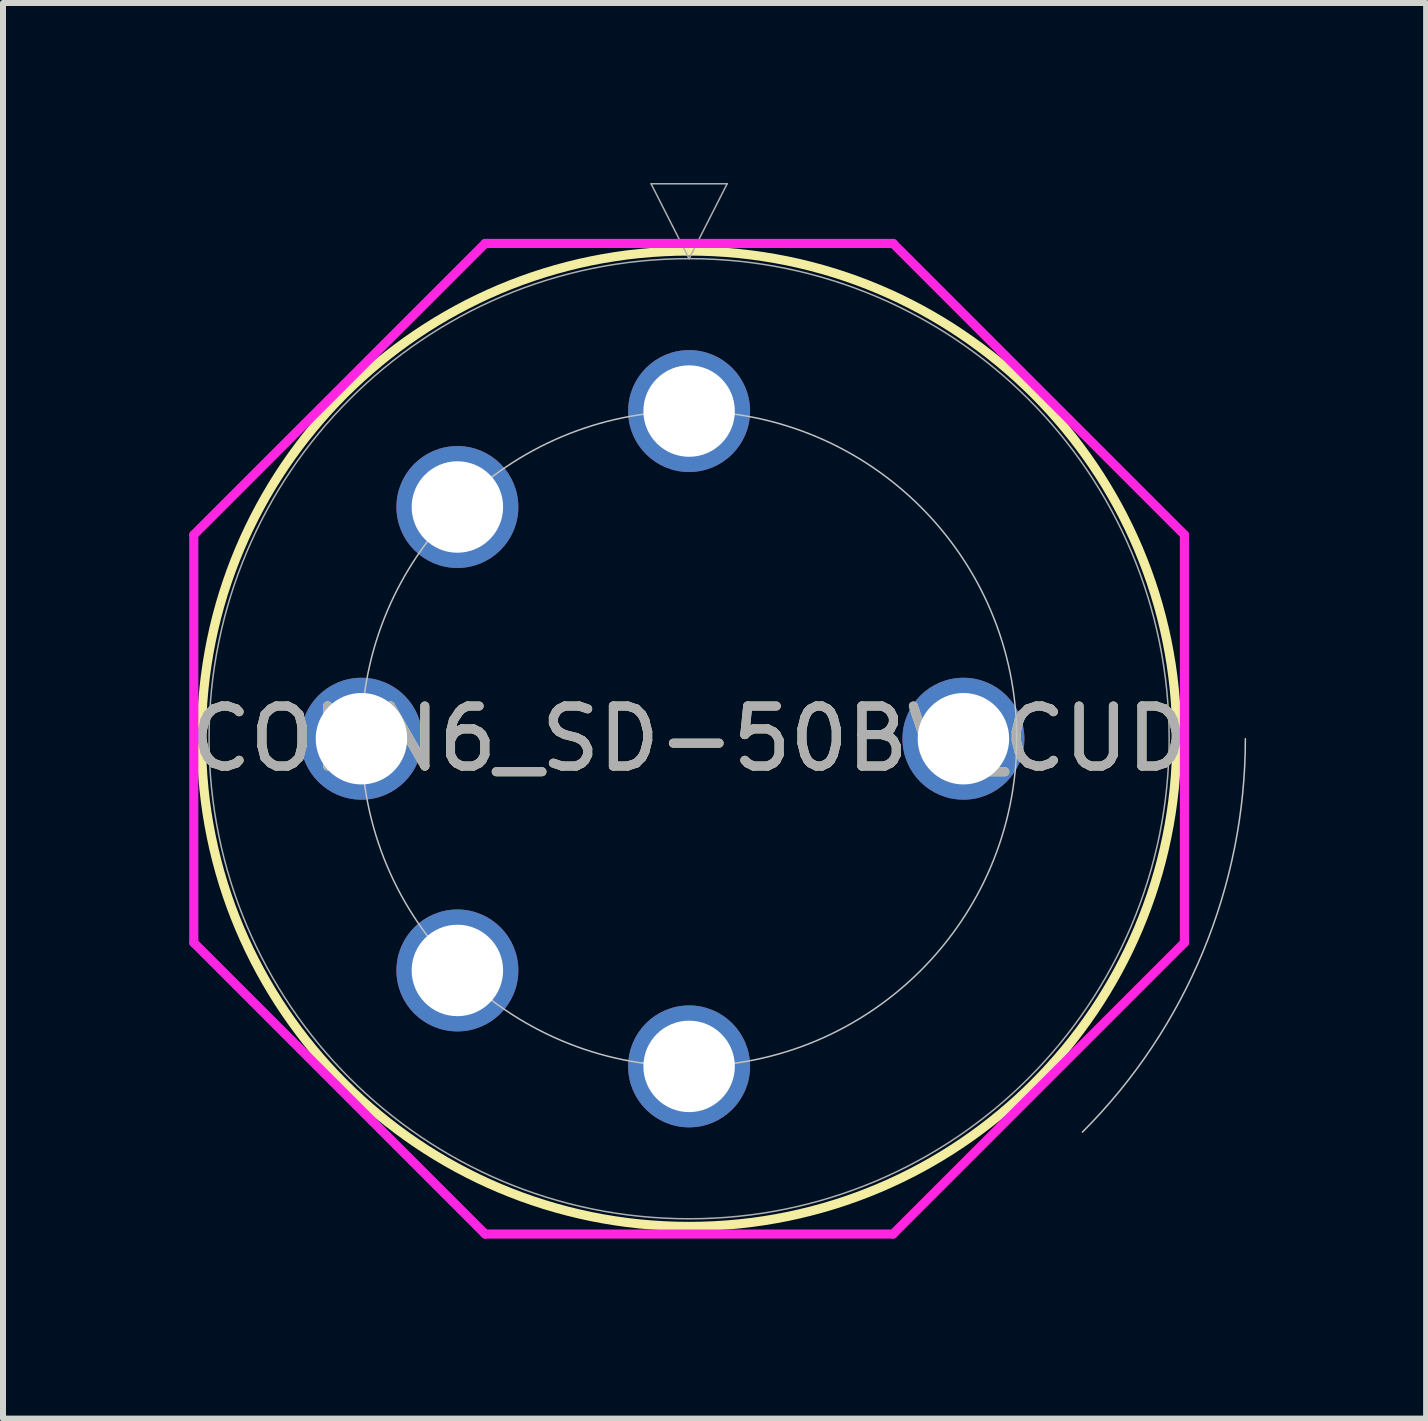
<source format=kicad_pcb>
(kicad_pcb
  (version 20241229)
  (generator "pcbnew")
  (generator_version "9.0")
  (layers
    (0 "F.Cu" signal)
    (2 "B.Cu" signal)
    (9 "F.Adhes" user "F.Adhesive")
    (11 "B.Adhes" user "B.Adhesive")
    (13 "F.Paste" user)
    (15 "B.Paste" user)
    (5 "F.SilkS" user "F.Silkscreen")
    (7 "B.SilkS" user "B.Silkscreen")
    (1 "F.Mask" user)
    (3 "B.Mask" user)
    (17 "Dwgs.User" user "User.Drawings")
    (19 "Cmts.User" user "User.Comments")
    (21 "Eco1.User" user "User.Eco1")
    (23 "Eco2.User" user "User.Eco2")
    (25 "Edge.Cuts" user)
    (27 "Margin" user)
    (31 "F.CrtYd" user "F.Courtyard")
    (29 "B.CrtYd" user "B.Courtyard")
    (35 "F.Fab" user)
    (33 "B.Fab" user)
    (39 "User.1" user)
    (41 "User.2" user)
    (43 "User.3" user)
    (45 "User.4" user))
  (footprint "CONN6_SD-50BV_CUD"
    (layer "F.Cu")
    (at 8.435 3.801)
    (property "Reference" "CONN6_SD-50BV_CUD" (at 0 5.461 0) (unlocked yes) (layer "F.SilkS") (effects (font (size 1 1) (thickness 0.15))))
    (attr through_hole)
    (fp_circle (center 0 5.461) (end 8.128 5.461) (stroke (width 0.152) (type solid)) (fill no) (layer "F.SilkS"))
    (fp_arc (start 9.271 5.461) (mid 8.565287 9.008858) (end 6.555587 12.016587) (stroke (width 0.0254) (type solid)) (layer "Dwgs.User"))
    (fp_circle (center 0 5.461) (end 5.461 5.461) (stroke (width 0.025) (type solid)) (fill no) (layer "Dwgs.User"))
    (fp_line (start -8.255 2.062) (end -3.399 -2.794) (stroke (width 0.152) (type solid)) (layer "F.CrtYd"))
    (fp_line (start -8.255 8.86) (end -8.255 2.062) (stroke (width 0.152) (type solid)) (layer "F.CrtYd"))
    (fp_line (start -3.399 -2.794) (end 3.399 -2.794) (stroke (width 0.152) (type solid)) (layer "F.CrtYd"))
    (fp_line (start -3.399 13.716) (end -8.255 8.86) (stroke (width 0.152) (type solid)) (layer "F.CrtYd"))
    (fp_line (start 3.399 -2.794) (end 8.255 2.062) (stroke (width 0.152) (type solid)) (layer "F.CrtYd"))
    (fp_line (start 3.399 13.716) (end -3.399 13.716) (stroke (width 0.152) (type solid)) (layer "F.CrtYd"))
    (fp_line (start 8.255 2.062) (end 8.255 8.86) (stroke (width 0.152) (type solid)) (layer "F.CrtYd"))
    (fp_line (start 8.255 8.86) (end 3.399 13.716) (stroke (width 0.152) (type solid)) (layer "F.CrtYd"))
    (fp_line (start -0.634 -3.788) (end 0.634 -3.788) (stroke (width 0.025) (type solid)) (layer "F.Fab"))
    (fp_line (start 0 -2.54) (end -0.634 -3.788) (stroke (width 0.025) (type solid)) (layer "F.Fab"))
    (fp_line (start 0.634 -3.788) (end 0 -2.54) (stroke (width 0.025) (type solid)) (layer "F.Fab"))
    (fp_circle (center 0 5.461) (end 8.001 5.461) (stroke (width 0.025) (type solid)) (fill no) (layer "F.Fab"))
    (fp_text user "${REFERENCE}" (at 0 5.461 0) (unlocked yes) (layer "F.Fab") (effects (font (size 1 1) (thickness 0.15))))
    (pad "1" thru_hole circle (at 0 0) (size 2.032 2.032) (drill 1.524) (layers "*.Cu" "*.Mask"))
    (pad "2" thru_hole circle (at -3.862 1.599 45) (size 2.032 2.032) (drill 1.524) (layers "*.Cu" "*.Mask"))
    (pad "3" thru_hole circle (at -5.461 5.461 90) (size 2.032 2.032) (drill 1.524) (layers "*.Cu" "*.Mask"))
    (pad "4" thru_hole circle (at -3.862 9.323 135) (size 2.032 2.032) (drill 1.524) (layers "*.Cu" "*.Mask"))
    (pad "5" thru_hole circle (at 0 10.922) (size 2.032 2.032) (drill 1.524) (layers "*.Cu" "*.Mask"))
    (pad "6" thru_hole circle (at 4.572 5.461) (size 2.032 2.032) (drill 1.524) (layers "*.Cu" "*.Mask")))
  (gr_rect
    (start -3 -3)
    (end 20.718 20.593)
    (stroke (width 0.1) (type default))
    (fill no)
    (layer "Edge.Cuts")))
</source>
